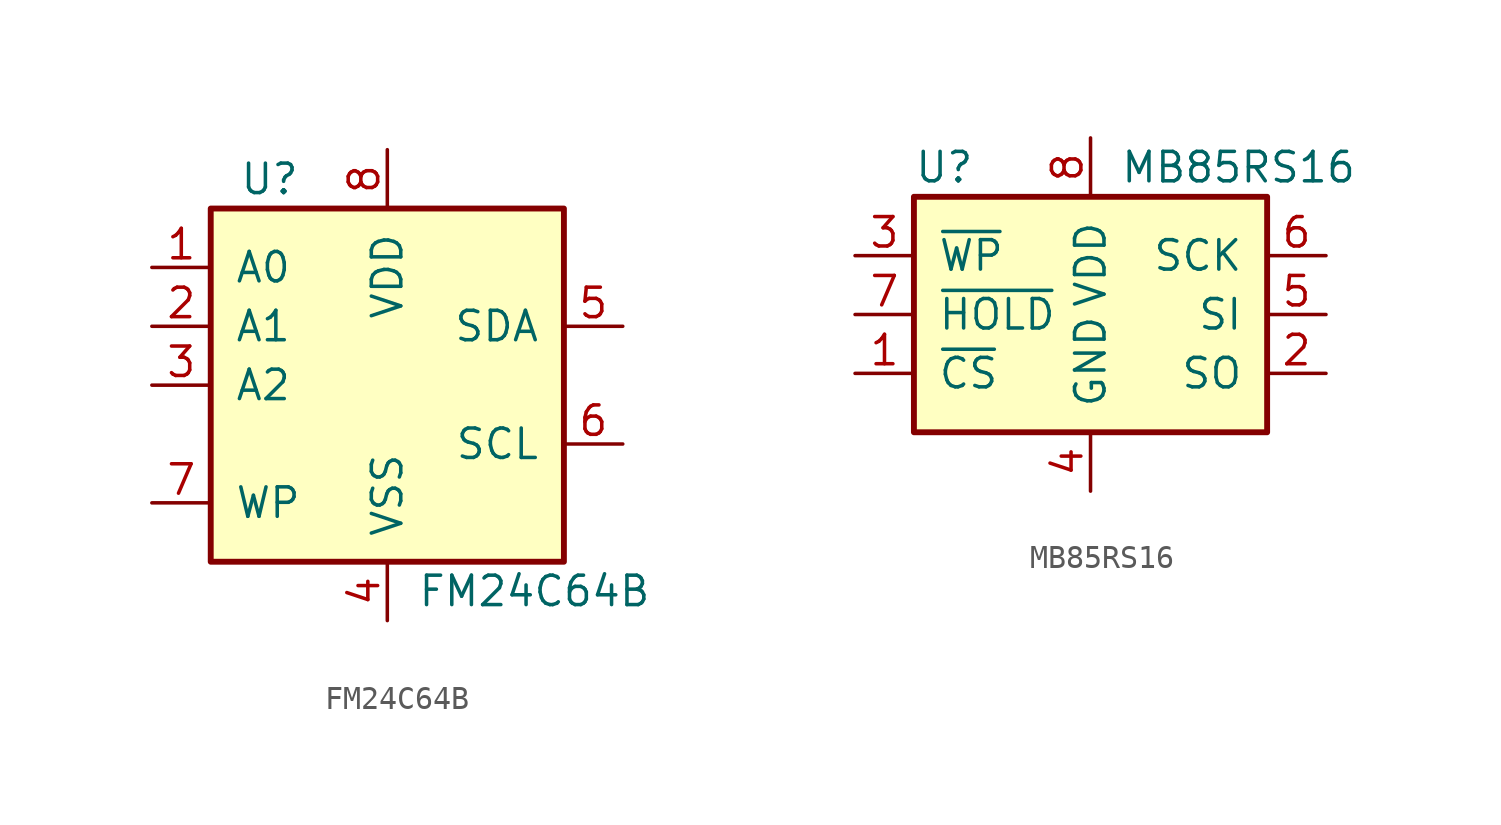
<source format=kicad_sym>
(kicad_symbol_lib
  (version 20201005)
  (generator kicad_symbol_editor)
  (symbol "FM24C64B"
    (pin_names
      (offset 1.016))
    (property "Reference" "U"
      (at -5.08 8.89 0)
      (effects (font (size 1.27 1.27))))
    (property "Value" "FM24C64B"
      (at 6.35 -8.89 0)
      (effects (font (size 1.27 1.27))))
    (symbol "FM24C64B_0_1"
      (rectangle (start -7.62 7.62) (end 7.62 -7.62) (stroke (width 0.254)) (fill (type background))))
    (symbol "FM24C64B_1_1"
      (pin input line (at -10.16 5.08 0) (length 2.54) (name "A0" (effects (font (size 1.27 1.27)))) (number "1" (effects (font (size 1.27 1.27)))))
      (pin input line (at -10.16 2.54 0) (length 2.54) (name "A1" (effects (font (size 1.27 1.27)))) (number "2" (effects (font (size 1.27 1.27)))))
      (pin input line (at -10.16 0 0) (length 2.54) (name "A2" (effects (font (size 1.27 1.27)))) (number "3" (effects (font (size 1.27 1.27)))))
      (pin power_in line (at 0 -10.16 90) (length 2.54) (name "VSS" (effects (font (size 1.27 1.27)))) (number "4" (effects (font (size 1.27 1.27)))))
      (pin bidirectional line (at 10.16 2.54 180) (length 2.54) (name "SDA" (effects (font (size 1.27 1.27)))) (number "5" (effects (font (size 1.27 1.27)))))
      (pin input line (at 10.16 -2.54 180) (length 2.54) (name "SCL" (effects (font (size 1.27 1.27)))) (number "6" (effects (font (size 1.27 1.27)))))
      (pin input line (at -10.16 -5.08 0) (length 2.54) (name "WP" (effects (font (size 1.27 1.27)))) (number "7" (effects (font (size 1.27 1.27)))))
      (pin power_in line (at 0 10.16 270) (length 2.54) (name "VDD" (effects (font (size 1.27 1.27)))) (number "8" (effects (font (size 1.27 1.27)))))))
  (symbol "MB85RS16"
    (pin_names
      (offset 1.016))
    (property "Reference" "U"
      (at -7.62 6.35 0)
      (effects (font (size 1.27 1.27)) (justify left)))
    (property "Value" "MB85RS16"
      (at 1.27 6.35 0)
      (effects (font (size 1.27 1.27)) (justify left)))
    (symbol "MB85RS16_0_1"
      (rectangle (start -7.62 5.08) (end 7.62 -5.08) (stroke (width 0.254)) (fill (type background))))
    (symbol "MB85RS16_1_1"
      (pin input line (at -10.16 -2.54 0) (length 2.54) (name "~CS" (effects (font (size 1.27 1.27)))) (number "1" (effects (font (size 1.27 1.27)))))
      (pin output line (at 10.16 -2.54 180) (length 2.54) (name "SO" (effects (font (size 1.27 1.27)))) (number "2" (effects (font (size 1.27 1.27)))))
      (pin input line (at -10.16 2.54 0) (length 2.54) (name "~WP" (effects (font (size 1.27 1.27)))) (number "3" (effects (font (size 1.27 1.27)))))
      (pin power_in line (at 0 -7.62 90) (length 2.54) (name "GND" (effects (font (size 1.27 1.27)))) (number "4" (effects (font (size 1.27 1.27)))))
      (pin input line (at 10.16 0 180) (length 2.54) (name "SI" (effects (font (size 1.27 1.27)))) (number "5" (effects (font (size 1.27 1.27)))))
      (pin input line (at 10.16 2.54 180) (length 2.54) (name "SCK" (effects (font (size 1.27 1.27)))) (number "6" (effects (font (size 1.27 1.27)))))
      (pin input line (at -10.16 0 0) (length 2.54) (name "~HOLD" (effects (font (size 1.27 1.27)))) (number "7" (effects (font (size 1.27 1.27)))))
      (pin power_in line (at 0 7.62 270) (length 2.54) (name "VDD" (effects (font (size 1.27 1.27)))) (number "8" (effects (font (size 1.27 1.27))))))))
</source>
